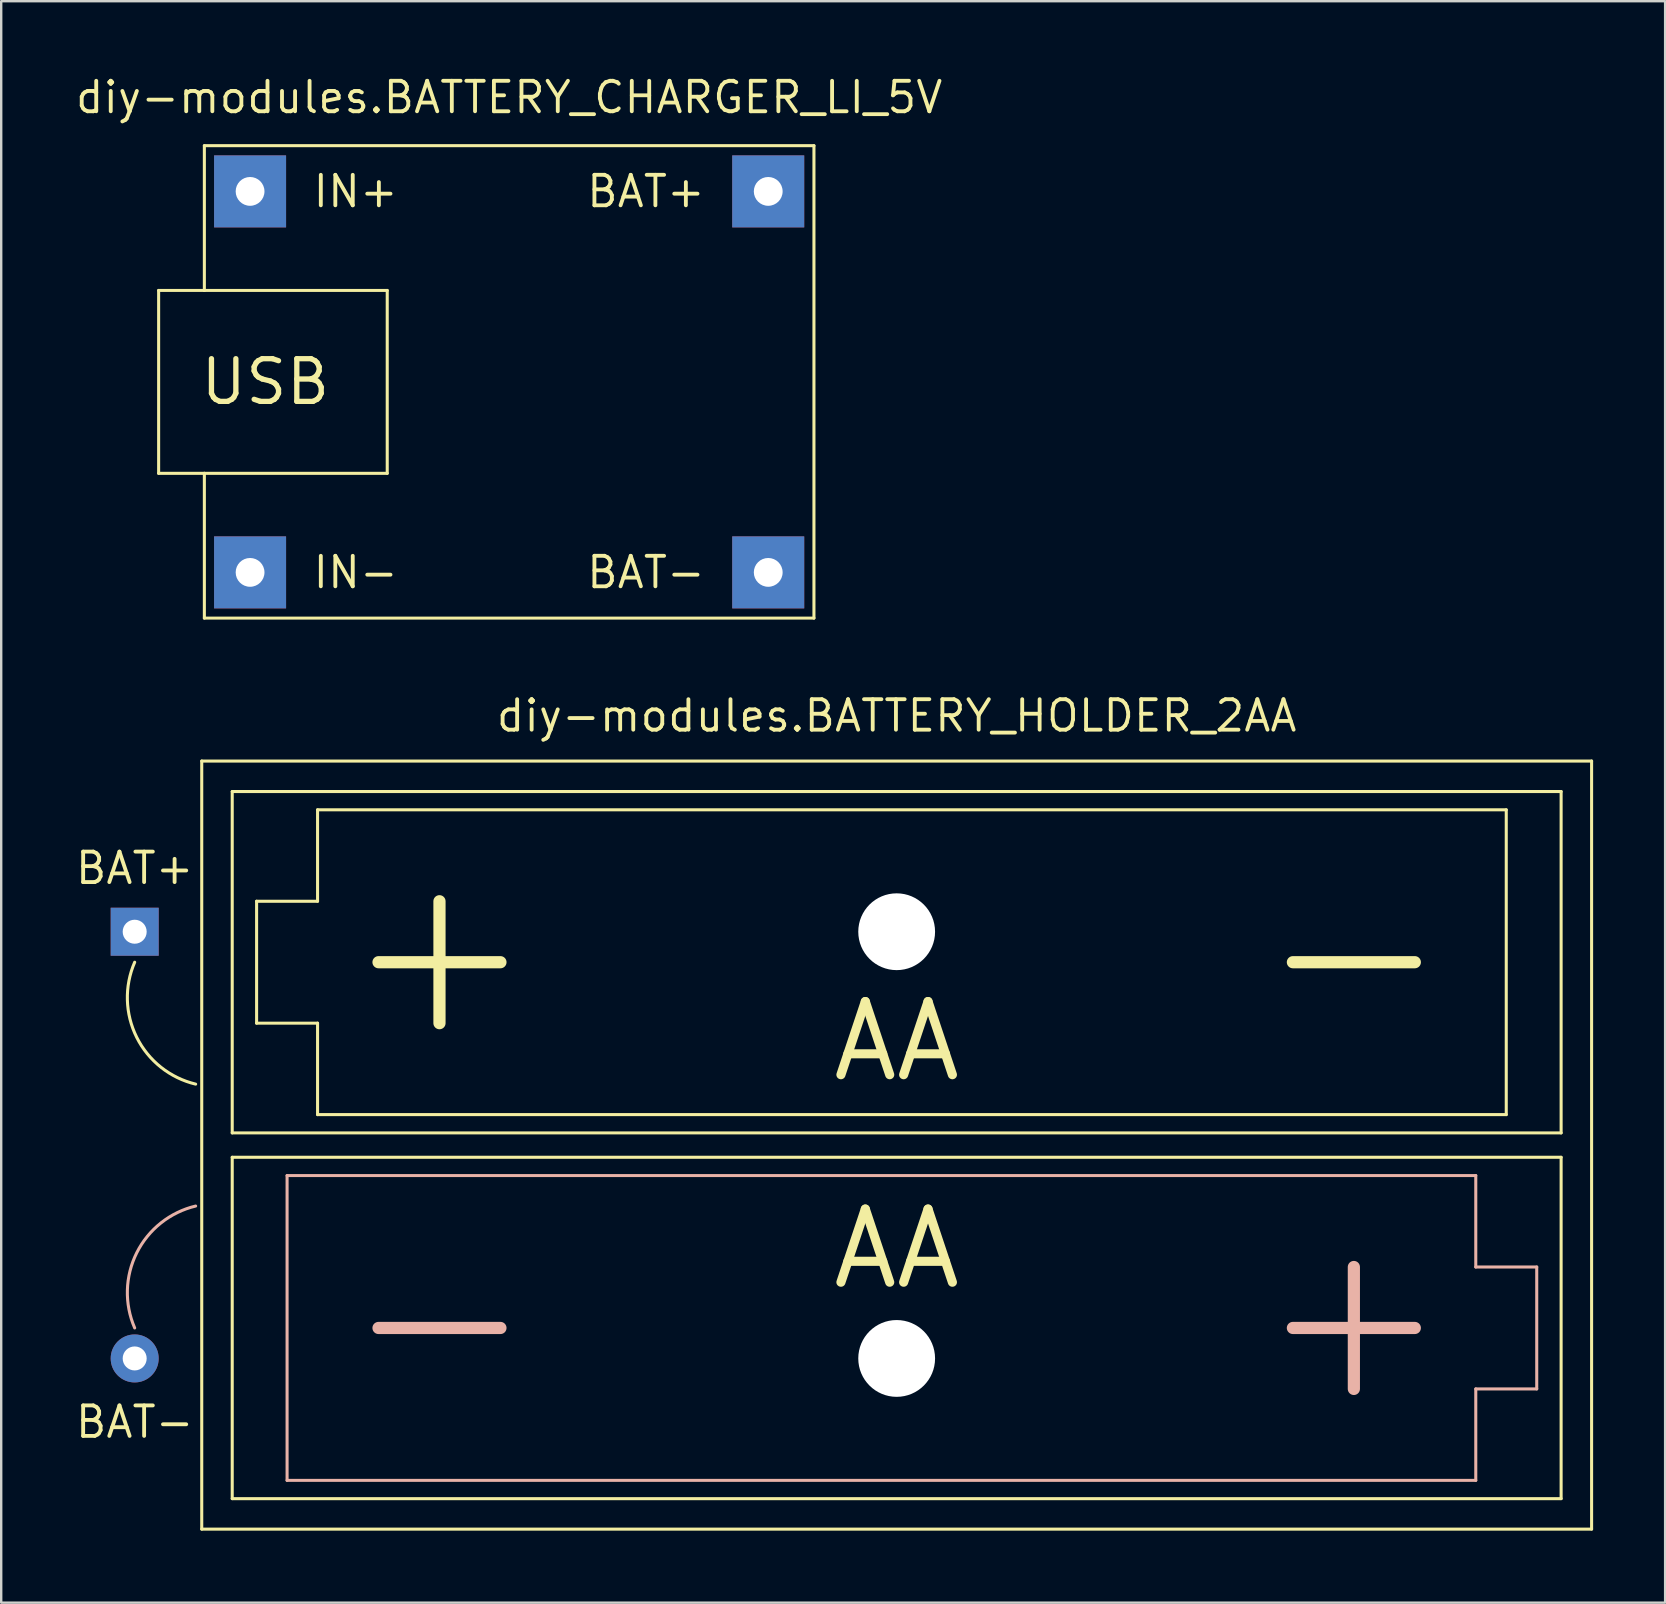
<source format=kicad_pcb>
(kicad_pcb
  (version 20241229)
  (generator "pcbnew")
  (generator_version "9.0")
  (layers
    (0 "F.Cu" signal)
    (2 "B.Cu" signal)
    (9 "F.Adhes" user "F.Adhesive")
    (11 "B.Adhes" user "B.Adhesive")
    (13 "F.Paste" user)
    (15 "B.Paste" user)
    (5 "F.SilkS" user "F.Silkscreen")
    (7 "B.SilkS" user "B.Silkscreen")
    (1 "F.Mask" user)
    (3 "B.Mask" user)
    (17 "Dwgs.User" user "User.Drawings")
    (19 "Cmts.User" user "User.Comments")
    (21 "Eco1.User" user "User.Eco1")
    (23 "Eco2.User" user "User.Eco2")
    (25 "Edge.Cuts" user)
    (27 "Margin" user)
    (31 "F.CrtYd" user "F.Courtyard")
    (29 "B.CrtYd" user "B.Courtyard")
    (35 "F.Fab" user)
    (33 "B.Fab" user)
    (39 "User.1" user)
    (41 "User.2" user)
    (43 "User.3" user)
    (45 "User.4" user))
  (footprint "diy-modules.BATTERY_HOLDER_2AA"
    (layer "F.Cu")
    (at 34.312 44.663)
    (property "Reference" "diy-modules.BATTERY_HOLDER_2AA" (at 0 -17.145 0) (layer "F.SilkS") (effects (font (size 1.27 1.27) (thickness 0.16)) (justify bottom)))
    (attr through_hole)
    (fp_line (start -28.956 -16.002) (end 28.956 -16.002) (stroke (width 0.127) (type default)) (layer "F.SilkS"))
    (fp_line (start -28.956 16.002) (end -28.956 -16.002) (stroke (width 0.127) (type default)) (layer "F.SilkS"))
    (fp_line (start -27.686 -14.732) (end 27.686 -14.732) (stroke (width 0.127) (type default)) (layer "F.SilkS"))
    (fp_line (start -27.686 -0.508) (end -27.686 -14.732) (stroke (width 0.127) (type default)) (layer "F.SilkS"))
    (fp_line (start -27.686 14.732) (end -27.686 0.508) (stroke (width 0.127) (type default)) (layer "F.SilkS"))
    (fp_line (start -26.67 -10.16) (end -24.13 -10.16) (stroke (width 0.127) (type default)) (layer "F.SilkS"))
    (fp_line (start -26.67 -5.08) (end -26.67 -10.16) (stroke (width 0.127) (type default)) (layer "F.SilkS"))
    (fp_line (start -24.13 -13.97) (end 25.4 -13.97) (stroke (width 0.127) (type default)) (layer "F.SilkS"))
    (fp_line (start -24.13 -10.16) (end -24.13 -13.97) (stroke (width 0.127) (type default)) (layer "F.SilkS"))
    (fp_line (start -24.13 -5.08) (end -26.67 -5.08) (stroke (width 0.127) (type default)) (layer "F.SilkS"))
    (fp_line (start -24.13 -1.27) (end -24.13 -5.08) (stroke (width 0.127) (type default)) (layer "F.SilkS"))
    (fp_line (start -21.59 -7.62) (end -16.51 -7.62) (stroke (width 0.508) (type default)) (layer "F.SilkS"))
    (fp_line (start -19.05 -10.16) (end -19.05 -5.08) (stroke (width 0.508) (type default)) (layer "F.SilkS"))
    (fp_line (start 21.59 -7.62) (end 16.51 -7.62) (stroke (width 0.508) (type default)) (layer "F.SilkS"))
    (fp_line (start 25.4 -13.97) (end 25.4 -1.27) (stroke (width 0.127) (type default)) (layer "F.SilkS"))
    (fp_line (start 25.4 -1.27) (end -24.13 -1.27) (stroke (width 0.127) (type default)) (layer "F.SilkS"))
    (fp_line (start 27.686 -14.732) (end 27.686 -0.508) (stroke (width 0.127) (type default)) (layer "F.SilkS"))
    (fp_line (start 27.686 -0.508) (end -27.686 -0.508) (stroke (width 0.127) (type default)) (layer "F.SilkS"))
    (fp_line (start 27.686 0.508) (end -27.686 0.508) (stroke (width 0.127) (type default)) (layer "F.SilkS"))
    (fp_line (start 27.686 0.508) (end 27.686 14.732) (stroke (width 0.127) (type default)) (layer "F.SilkS"))
    (fp_line (start 27.686 14.732) (end -27.686 14.732) (stroke (width 0.127) (type default)) (layer "F.SilkS"))
    (fp_line (start 28.956 -16.002) (end 28.956 16.002) (stroke (width 0.127) (type default)) (layer "F.SilkS"))
    (fp_line (start 28.956 16.002) (end -28.956 16.002) (stroke (width 0.127) (type default)) (layer "F.SilkS"))
    (fp_arc (start -29.21 -2.54) (mid -31.664421 -4.487789) (end -31.75 -7.62) (stroke (width 0.127) (type default)) (layer "F.SilkS"))
    (fp_line (start -25.4 1.27) (end -25.4 13.97) (stroke (width 0.127) (type default)) (layer "B.SilkS"))
    (fp_line (start -25.4 13.97) (end 24.13 13.97) (stroke (width 0.127) (type default)) (layer "B.SilkS"))
    (fp_line (start -21.59 7.62) (end -16.51 7.62) (stroke (width 0.508) (type default)) (layer "B.SilkS"))
    (fp_line (start 19.05 5.08) (end 19.05 10.16) (stroke (width 0.508) (type default)) (layer "B.SilkS"))
    (fp_line (start 21.59 7.62) (end 16.51 7.62) (stroke (width 0.508) (type default)) (layer "B.SilkS"))
    (fp_line (start 24.13 1.27) (end -25.4 1.27) (stroke (width 0.127) (type default)) (layer "B.SilkS"))
    (fp_line (start 24.13 5.08) (end 24.13 1.27) (stroke (width 0.127) (type default)) (layer "B.SilkS"))
    (fp_line (start 24.13 10.16) (end 26.67 10.16) (stroke (width 0.127) (type default)) (layer "B.SilkS"))
    (fp_line (start 24.13 13.97) (end 24.13 10.16) (stroke (width 0.127) (type default)) (layer "B.SilkS"))
    (fp_line (start 26.67 5.08) (end 24.13 5.08) (stroke (width 0.127) (type default)) (layer "B.SilkS"))
    (fp_line (start 26.67 10.16) (end 26.67 5.08) (stroke (width 0.127) (type default)) (layer "B.SilkS"))
    (fp_arc (start -31.75 7.62) (mid -31.664421 4.487789) (end -29.21 2.54) (stroke (width 0.127) (type default)) (layer "B.SilkS"))
    (fp_text user "BAT-" (at -31.75 10.795 0) (layer "F.SilkS") (effects (font (size 1.27 1.27) (thickness 0.16)) (justify top)))
    (fp_text user "AA" (at 0 -2.54 0) (layer "F.SilkS") (effects (font (size 3.048 3.048) (thickness 0.38)) (justify bottom)))
    (fp_text user "BAT+" (at -31.75 -10.795 0) (layer "F.SilkS") (effects (font (size 1.27 1.27) (thickness 0.16)) (justify bottom)))
    (fp_text user "AA" (at 0 2.54 0) (layer "F.SilkS") (effects (font (size 3.048 3.048) (thickness 0.38)) (justify top)))
    (pad "" np_thru_hole circle (at 0 -8.89) (size 3.2 3.2) (drill 3.2) (layers "*.Cu" "*.Mask"))
    (pad "" np_thru_hole circle (at 0 8.89) (size 3.2 3.2) (drill 3.2) (layers "*.Cu" "*.Mask"))
    (pad "BAT+" thru_hole rect (at -31.75 -8.89) (size 2 2) (drill 1) (layers "*.Cu" "*.Mask"))
    (pad "BAT-" thru_hole circle (at -31.75 8.89) (size 2 2) (drill 1) (layers "*.Cu" "*.Mask")))
  (footprint "diy-modules.BATTERY_CHARGER_LI_5V"
    (layer "F.Cu")
    (at 18.165 13.18)
    (property "Reference" "diy-modules.BATTERY_CHARGER_LI_5V" (at 0 -11.43 0) (layer "F.SilkS") (effects (font (size 1.27 1.27) (thickness 0.16)) (justify bottom)))
    (attr through_hole)
    (fp_line (start -14.605 -4.128) (end -14.605 3.493) (stroke (width 0.127) (type default)) (layer "F.SilkS"))
    (fp_line (start -14.605 -4.128) (end -12.7 -4.128) (stroke (width 0.127) (type default)) (layer "F.SilkS"))
    (fp_line (start -14.605 3.493) (end -12.7 3.493) (stroke (width 0.127) (type default)) (layer "F.SilkS"))
    (fp_line (start -12.7 -10.16) (end -12.7 -4.128) (stroke (width 0.127) (type default)) (layer "F.SilkS"))
    (fp_line (start -12.7 -10.16) (end 12.7 -10.16) (stroke (width 0.127) (type default)) (layer "F.SilkS"))
    (fp_line (start -12.7 -4.128) (end -5.08 -4.128) (stroke (width 0.127) (type default)) (layer "F.SilkS"))
    (fp_line (start -12.7 3.493) (end -5.08 3.493) (stroke (width 0.127) (type default)) (layer "F.SilkS"))
    (fp_line (start -12.7 9.525) (end -12.7 3.493) (stroke (width 0.127) (type default)) (layer "F.SilkS"))
    (fp_line (start -5.08 -4.128) (end -5.08 3.493) (stroke (width 0.127) (type default)) (layer "F.SilkS"))
    (fp_line (start 12.7 -10.16) (end 12.7 9.525) (stroke (width 0.127) (type default)) (layer "F.SilkS"))
    (fp_line (start 12.7 9.525) (end -12.7 9.525) (stroke (width 0.127) (type default)) (layer "F.SilkS"))
    (fp_text user "USB" (at -10.16 -0.318 0) (layer "F.SilkS") (effects (font (size 1.778 1.778) (thickness 0.22))))
    (fp_text user "IN+" (at -8.255 -8.255 0) (layer "F.SilkS") (effects (font (size 1.27 1.27) (thickness 0.16)) (justify left)))
    (fp_text user "IN-" (at -8.255 7.62 0) (layer "F.SilkS") (effects (font (size 1.27 1.27) (thickness 0.16)) (justify left)))
    (fp_text user "BAT-" (at 8.255 7.62 0) (layer "F.SilkS") (effects (font (size 1.27 1.27) (thickness 0.16)) (justify right)))
    (fp_text user "BAT+" (at 8.255 -8.255 0) (layer "F.SilkS") (effects (font (size 1.27 1.27) (thickness 0.16)) (justify right)))
    (pad "BAT+" thru_hole rect (at 10.795 -8.255) (size 3 3) (drill 1.2) (layers "*.Cu" "*.Mask"))
    (pad "BAT-" thru_hole rect (at 10.795 7.62) (size 3 3) (drill 1.2) (layers "*.Cu" "*.Mask"))
    (pad "IN+" thru_hole rect (at -10.795 -8.255) (size 3 3) (drill 1.2) (layers "*.Cu" "*.Mask"))
    (pad "IN-" thru_hole rect (at -10.795 7.62) (size 3 3) (drill 1.2) (layers "*.Cu" "*.Mask")))
  (gr_rect
    (start -3 -3)
    (end 66.332 63.729)
    (stroke (width 0.1) (type default))
    (fill no)
    (layer "Edge.Cuts")))
</source>
